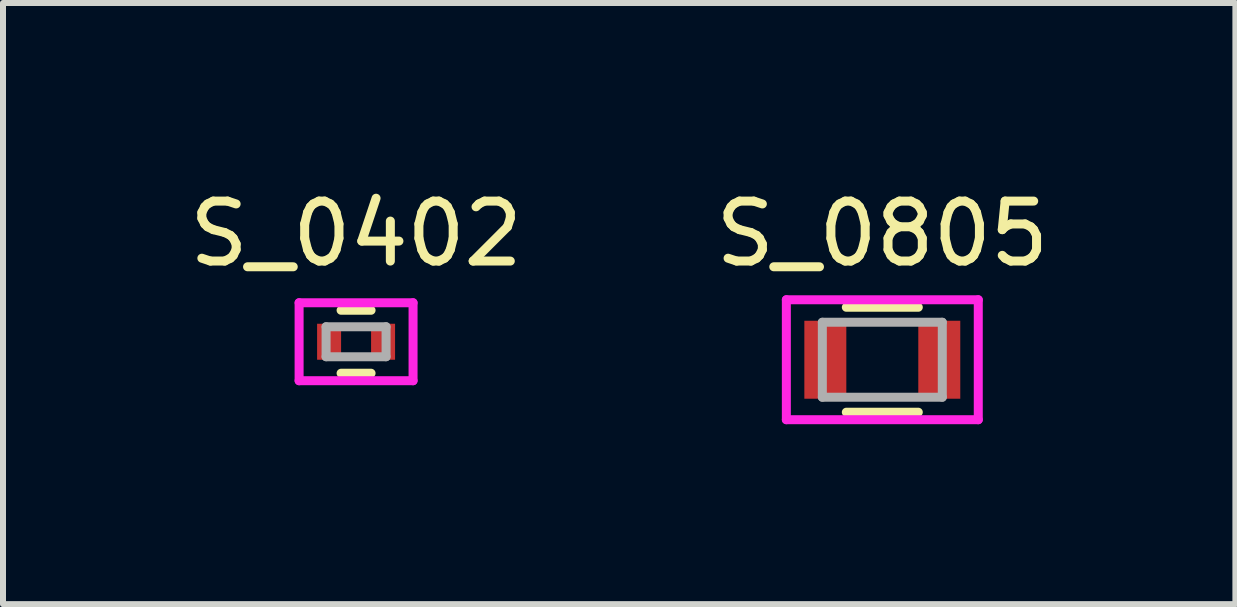
<source format=kicad_pcb>
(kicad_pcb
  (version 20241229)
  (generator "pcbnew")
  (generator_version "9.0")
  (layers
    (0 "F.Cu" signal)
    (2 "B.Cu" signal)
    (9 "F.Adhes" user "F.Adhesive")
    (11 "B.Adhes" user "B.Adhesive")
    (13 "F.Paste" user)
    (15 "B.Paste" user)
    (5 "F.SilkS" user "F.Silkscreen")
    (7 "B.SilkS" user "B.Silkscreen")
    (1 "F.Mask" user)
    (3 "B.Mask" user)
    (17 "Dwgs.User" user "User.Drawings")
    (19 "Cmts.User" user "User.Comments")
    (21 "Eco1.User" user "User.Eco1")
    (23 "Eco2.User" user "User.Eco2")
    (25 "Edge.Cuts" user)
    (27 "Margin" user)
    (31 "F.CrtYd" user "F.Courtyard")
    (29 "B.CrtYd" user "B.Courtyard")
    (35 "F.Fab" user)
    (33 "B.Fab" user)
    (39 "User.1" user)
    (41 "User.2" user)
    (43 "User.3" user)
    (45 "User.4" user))
  (footprint "S_0402"
    (layer "F.Cu")
    (at 2.887 2.648)
    (property "Reference" "S_0402" (at 0 -1.8 0) (layer "F.SilkS") (effects (font (size 1 1) (thickness 0.15))))
    (attr smd)
    (fp_line (start -0.25 0.525) (end 0.25 0.525) (stroke (width 0.15) (type solid)) (layer "F.SilkS"))
    (fp_line (start 0.25 -0.525) (end -0.25 -0.525) (stroke (width 0.15) (type solid)) (layer "F.SilkS"))
    (fp_line (start -0.95 -0.65) (end -0.95 0.65) (stroke (width 0.15) (type solid)) (layer "F.CrtYd"))
    (fp_line (start -0.95 -0.65) (end 0.95 -0.65) (stroke (width 0.15) (type solid)) (layer "F.CrtYd"))
    (fp_line (start -0.95 0.65) (end 0.95 0.65) (stroke (width 0.15) (type solid)) (layer "F.CrtYd"))
    (fp_line (start 0.95 -0.65) (end 0.95 0.65) (stroke (width 0.15) (type solid)) (layer "F.CrtYd"))
    (fp_line (start -0.5 -0.25) (end 0.5 -0.25) (stroke (width 0.15) (type solid)) (layer "F.Fab"))
    (fp_line (start -0.5 0.25) (end -0.5 -0.25) (stroke (width 0.15) (type solid)) (layer "F.Fab"))
    (fp_line (start 0.5 -0.25) (end 0.5 0.25) (stroke (width 0.15) (type solid)) (layer "F.Fab"))
    (fp_line (start 0.5 0.25) (end -0.5 0.25) (stroke (width 0.15) (type solid)) (layer "F.Fab"))
    (pad "1" smd rect (at -0.45 0) (size 0.4 0.6) (layers "F.Cu" "F.Mask" "F.Paste"))
    (pad "2" smd rect (at 0.45 0) (size 0.4 0.6) (layers "F.Cu" "F.Mask" "F.Paste")))
  (footprint "S_0805"
    (layer "F.Cu")
    (at 11.661 2.948)
    (property "Reference" "S_0805" (at 0 -2.1 0) (layer "F.SilkS") (effects (font (size 1 1) (thickness 0.15))))
    (attr smd)
    (fp_line (start -0.6 -0.875) (end 0.6 -0.875) (stroke (width 0.15) (type solid)) (layer "F.SilkS"))
    (fp_line (start 0.6 0.875) (end -0.6 0.875) (stroke (width 0.15) (type solid)) (layer "F.SilkS"))
    (fp_line (start -1.6 -1) (end -1.6 1) (stroke (width 0.15) (type solid)) (layer "F.CrtYd"))
    (fp_line (start -1.6 -1) (end 1.6 -1) (stroke (width 0.15) (type solid)) (layer "F.CrtYd"))
    (fp_line (start -1.6 1) (end 1.6 1) (stroke (width 0.15) (type solid)) (layer "F.CrtYd"))
    (fp_line (start 1.6 -1) (end 1.6 1) (stroke (width 0.15) (type solid)) (layer "F.CrtYd"))
    (fp_line (start -1 -0.625) (end 1 -0.625) (stroke (width 0.15) (type solid)) (layer "F.Fab"))
    (fp_line (start -1 0.625) (end -1 -0.625) (stroke (width 0.15) (type solid)) (layer "F.Fab"))
    (fp_line (start 1 -0.625) (end 1 0.625) (stroke (width 0.15) (type solid)) (layer "F.Fab"))
    (fp_line (start 1 0.625) (end -1 0.625) (stroke (width 0.15) (type solid)) (layer "F.Fab"))
    (pad "1" smd rect (at -0.95 0) (size 0.7 1.3) (layers "F.Cu" "F.Mask" "F.Paste"))
    (pad "2" smd rect (at 0.95 0) (size 0.7 1.3) (layers "F.Cu" "F.Mask" "F.Paste")))
  (gr_rect
    (start -3 -3)
    (end 17.548 7.023)
    (stroke (width 0.1) (type default))
    (fill no)
    (layer "Edge.Cuts")))
</source>
